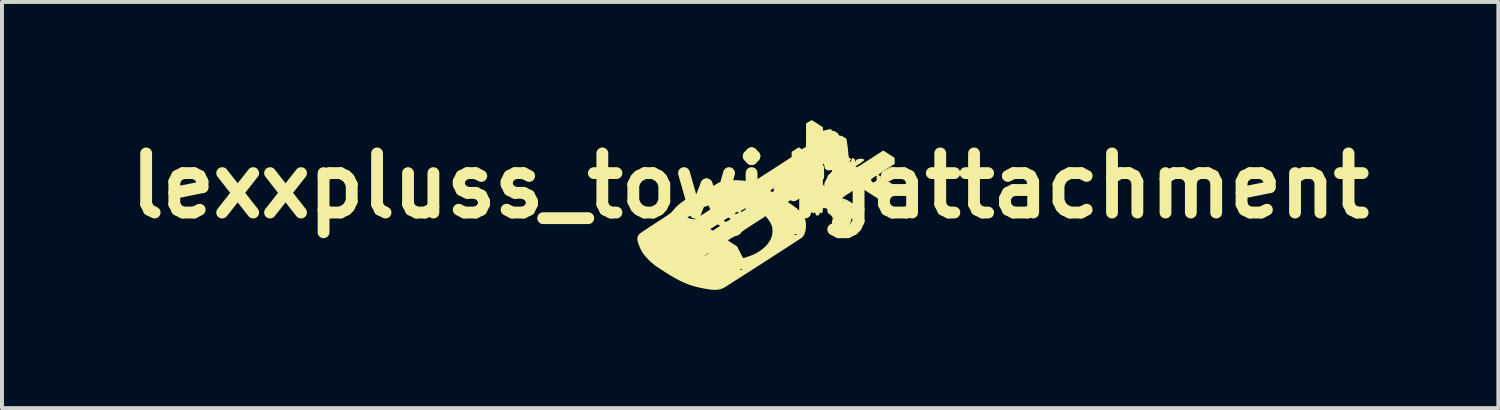
<source format=kicad_pcb>
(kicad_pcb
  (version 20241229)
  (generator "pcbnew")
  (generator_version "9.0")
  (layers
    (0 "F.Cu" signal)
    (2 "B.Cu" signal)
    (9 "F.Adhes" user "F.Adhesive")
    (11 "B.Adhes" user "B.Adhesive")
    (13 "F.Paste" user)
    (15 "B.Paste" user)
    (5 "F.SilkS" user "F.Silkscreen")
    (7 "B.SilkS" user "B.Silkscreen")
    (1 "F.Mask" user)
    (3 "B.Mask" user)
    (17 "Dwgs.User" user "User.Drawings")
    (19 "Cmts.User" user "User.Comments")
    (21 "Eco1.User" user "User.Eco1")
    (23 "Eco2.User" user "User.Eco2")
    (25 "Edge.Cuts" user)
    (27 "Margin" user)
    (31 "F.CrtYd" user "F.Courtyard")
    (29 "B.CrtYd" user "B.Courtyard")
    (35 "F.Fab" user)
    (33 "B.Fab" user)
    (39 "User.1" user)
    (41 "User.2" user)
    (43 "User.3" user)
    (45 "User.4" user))
  (footprint "lexxpluss_towingattachment"
    (layer "F.Cu")
    (at 15.979 1.663)
    (property "Reference" "lexxpluss_towingattachment" (at 0 0 0) (layer "F.SilkS") (effects (font (size 1.5 1.5) (thickness 0.3))))
    (attr board_only exclude_from_pos_files exclude_from_bom)
    (fp_poly (pts (xy 1.567 -1.663) (xy 1.579 -1.656) (xy 1.606 -1.639) (xy 1.643 -1.616) (xy 1.688 -1.587) (xy 1.714 -1.571) (xy 1.849 -1.483) (xy 1.846 -1.439) (xy 1.844 -1.42) (xy 1.844 -1.407) (xy 1.85 -1.401) (xy 1.865 -1.401) (xy 1.892 -1.406) (xy 1.935 -1.417) (xy 1.96 -1.423) (xy 2.008 -1.434) (xy 2.039 -1.437) (xy 2.056 -1.433) (xy 2.062 -1.422) (xy 2.063 -1.417) (xy 2.067 -1.402) (xy 2.084 -1.397) (xy 2.097 -1.396) (xy 2.128 -1.389) (xy 2.165 -1.372) (xy 2.2 -1.349) (xy 2.229 -1.323) (xy 2.244 -1.299) (xy 2.244 -1.298) (xy 2.252 -1.279) (xy 2.269 -1.272) (xy 2.288 -1.271) (xy 2.322 -1.264) (xy 2.365 -1.243) (xy 2.384 -1.231) (xy 2.443 -1.19) (xy 2.463 -1.056) (xy 2.471 -0.999) (xy 2.478 -0.942) (xy 2.483 -0.893) (xy 2.486 -0.86) (xy 2.491 -0.795) (xy 2.498 -0.75) (xy 2.507 -0.72) (xy 2.518 -0.704) (xy 2.528 -0.7) (xy 2.551 -0.69) (xy 2.558 -0.671) (xy 2.548 -0.652) (xy 2.543 -0.647) (xy 2.527 -0.632) (xy 2.521 -0.615) (xy 2.527 -0.605) (xy 2.531 -0.604) (xy 2.546 -0.613) (xy 2.561 -0.634) (xy 2.571 -0.659) (xy 2.573 -0.674) (xy 2.578 -0.697) (xy 2.595 -0.704) (xy 2.623 -0.694) (xy 2.625 -0.693) (xy 2.644 -0.681) (xy 2.656 -0.664) (xy 2.665 -0.636) (xy 2.671 -0.604) (xy 2.673 -0.59) (xy 2.675 -0.596) (xy 2.676 -0.612) (xy 2.682 -0.64) (xy 2.701 -0.66) (xy 2.711 -0.667) (xy 2.742 -0.679) (xy 2.78 -0.686) (xy 2.82 -0.687) (xy 2.855 -0.682) (xy 2.882 -0.672) (xy 2.896 -0.658) (xy 2.896 -0.654) (xy 2.888 -0.644) (xy 2.865 -0.625) (xy 2.831 -0.599) (xy 2.79 -0.571) (xy 2.779 -0.564) (xy 2.732 -0.532) (xy 2.701 -0.51) (xy 2.683 -0.496) (xy 2.676 -0.486) (xy 2.679 -0.48) (xy 2.685 -0.476) (xy 2.691 -0.474) (xy 2.697 -0.473) (xy 2.706 -0.474) (xy 2.718 -0.478) (xy 2.735 -0.487) (xy 2.758 -0.5) (xy 2.79 -0.519) (xy 2.831 -0.544) (xy 2.883 -0.577) (xy 2.948 -0.619) (xy 3.026 -0.669) (xy 3.121 -0.73) (xy 3.154 -0.752) (xy 3.376 -0.895) (xy 3.519 -0.803) (xy 3.662 -0.711) (xy 3.665 -0.634) (xy 3.668 -0.557) (xy 3.459 -0.423) (xy 3.401 -0.385) (xy 3.349 -0.35) (xy 3.306 -0.321) (xy 3.274 -0.298) (xy 3.256 -0.283) (xy 3.253 -0.279) (xy 3.262 -0.271) (xy 3.287 -0.253) (xy 3.323 -0.228) (xy 3.37 -0.197) (xy 3.423 -0.162) (xy 3.438 -0.152) (xy 3.62 -0.035) (xy 3.624 0.031) (xy 3.622 0.081) (xy 3.611 0.118) (xy 3.588 0.146) (xy 3.563 0.163) (xy 3.539 0.184) (xy 3.532 0.204) (xy 3.523 0.226) (xy 3.508 0.233) (xy 3.485 0.239) (xy 3.508 0.256) (xy 3.528 0.28) (xy 3.531 0.31) (xy 3.517 0.338) (xy 3.505 0.349) (xy 3.481 0.36) (xy 3.466 0.356) (xy 3.466 0.355) (xy 3.447 0.343) (xy 3.433 0.348) (xy 3.431 0.366) (xy 3.432 0.368) (xy 3.431 0.39) (xy 3.414 0.405) (xy 3.413 0.406) (xy 3.406 0.409) (xy 3.396 0.409) (xy 3.383 0.405) (xy 3.365 0.397) (xy 3.339 0.383) (xy 3.304 0.362) (xy 3.258 0.334) (xy 3.199 0.297) (xy 3.125 0.25) (xy 3.078 0.22) (xy 2.768 0.021) (xy 2.741 0.038) (xy 2.724 0.05) (xy 2.692 0.07) (xy 2.65 0.097) (xy 2.6 0.129) (xy 2.553 0.16) (xy 2.481 0.206) (xy 2.425 0.242) (xy 2.385 0.269) (xy 2.358 0.289) (xy 2.343 0.304) (xy 2.34 0.314) (xy 2.347 0.321) (xy 2.362 0.327) (xy 2.385 0.332) (xy 2.397 0.335) (xy 2.425 0.345) (xy 2.465 0.365) (xy 2.513 0.393) (xy 2.56 0.422) (xy 2.678 0.5) (xy 2.678 0.548) (xy 2.672 0.592) (xy 2.655 0.633) (xy 2.647 0.645) (xy 2.625 0.686) (xy 2.602 0.74) (xy 2.581 0.799) (xy 2.565 0.856) (xy 2.558 0.89) (xy 2.541 0.946) (xy 2.513 1.003) (xy 2.475 1.056) (xy 2.432 1.102) (xy 2.385 1.138) (xy 2.34 1.161) (xy 2.306 1.167) (xy 2.277 1.16) (xy 2.238 1.144) (xy 2.196 1.119) (xy 2.155 1.091) (xy 2.121 1.063) (xy 2.116 1.057) (xy 2.092 1.03) (xy 2.079 1.008) (xy 2.074 0.982) (xy 2.074 0.951) (xy 2.076 0.911) (xy 2.083 0.875) (xy 2.088 0.86) (xy 2.096 0.836) (xy 2.093 0.815) (xy 2.083 0.79) (xy 2.06 0.759) (xy 2.031 0.732) (xy 2.026 0.729) (xy 1.991 0.705) (xy 1.97 0.684) (xy 1.961 0.66) (xy 1.959 0.63) (xy 1.956 0.598) (xy 1.945 0.579) (xy 1.922 0.57) (xy 1.889 0.567) (xy 1.845 0.566) (xy 1.842 0.623) (xy 1.838 0.661) (xy 1.829 0.683) (xy 1.819 0.692) (xy 1.802 0.698) (xy 1.795 0.69) (xy 1.784 0.677) (xy 1.77 0.68) (xy 1.761 0.697) (xy 1.761 0.703) (xy 1.751 0.731) (xy 1.734 0.746) (xy 1.704 0.756) (xy 1.678 0.749) (xy 1.66 0.727) (xy 1.657 0.707) (xy 1.652 0.683) (xy 1.641 0.677) (xy 1.627 0.683) (xy 1.625 0.688) (xy 1.621 0.696) (xy 1.606 0.696) (xy 1.577 0.685) (xy 1.557 0.676) (xy 1.529 0.661) (xy 1.515 0.646) (xy 1.511 0.627) (xy 1.511 0.624) (xy 1.506 0.6) (xy 1.495 0.594) (xy 1.481 0.599) (xy 1.479 0.604) (xy 1.475 0.613) (xy 1.46 0.611) (xy 1.431 0.597) (xy 1.412 0.586) (xy 1.383 0.566) (xy 1.368 0.548) (xy 1.365 0.529) (xy 1.363 0.523) (xy 2.548 0.523) (xy 2.548 0.528) (xy 2.553 0.531) (xy 2.573 0.541) (xy 2.586 0.535) (xy 2.589 0.531) (xy 2.585 0.524) (xy 2.566 0.521) (xy 2.548 0.523) (xy 1.363 0.523) (xy 1.359 0.508) (xy 1.347 0.499) (xy 1.335 0.505) (xy 1.331 0.513) (xy 1.324 0.52) (xy 1.307 0.515) (xy 1.299 0.511) (xy 1.286 0.503) (xy 1.278 0.494) (xy 1.273 0.477) (xy 1.271 0.45) (xy 1.271 0.407) (xy 1.271 0.403) (xy 2.361 0.403) (xy 2.375 0.405) (xy 2.39 0.403) (xy 2.388 0.399) (xy 2.367 0.398) (xy 2.362 0.399) (xy 2.361 0.403) (xy 1.271 0.403) (xy 1.271 0.399) (xy 1.271 0.302) (xy 1.224 0.338) (xy 1.171 0.373) (xy 1.125 0.389) (xy 1.082 0.389) (xy 1.058 0.381) (xy 1.032 0.372) (xy 1.014 0.371) (xy 0.996 0.381) (xy 0.989 0.386) (xy 0.969 0.402) (xy 0.959 0.412) (xy 0.958 0.412) (xy 0.967 0.42) (xy 0.989 0.435) (xy 1.022 0.458) (xy 1.063 0.485) (xy 1.065 0.486) (xy 1.171 0.562) (xy 1.257 0.642) (xy 1.325 0.726) (xy 1.365 0.795) (xy 1.387 0.84) (xy 1.4 0.876) (xy 1.408 0.909) (xy 1.412 0.95) (xy 1.414 0.981) (xy 1.413 1.07) (xy 1.401 1.151) (xy 1.378 1.221) (xy 1.347 1.278) (xy 1.31 1.316) (xy 1.296 1.326) (xy 1.265 1.346) (xy 1.22 1.376) (xy 1.162 1.414) (xy 1.092 1.46) (xy 1.011 1.512) (xy 0.921 1.57) (xy 0.823 1.633) (xy 0.719 1.7) (xy 0.61 1.77) (xy 0.498 1.843) (xy 0.383 1.917) (xy 0.268 1.991) (xy 0.153 2.065) (xy 0.04 2.137) (xy -0.07 2.208) (xy -0.175 2.275) (xy -0.273 2.338) (xy -0.365 2.396) (xy -0.447 2.449) (xy -0.519 2.495) (xy -0.579 2.533) (xy -0.626 2.563) (xy -0.659 2.583) (xy -0.676 2.593) (xy -0.677 2.594) (xy -0.754 2.623) (xy -0.845 2.638) (xy -0.947 2.639) (xy -0.995 2.634) (xy -1.079 2.622) (xy -1.176 2.605) (xy -1.277 2.584) (xy -1.376 2.56) (xy -1.465 2.536) (xy -1.513 2.521) (xy -1.63 2.477) (xy -1.753 2.422) (xy -1.883 2.355) (xy -2.024 2.274) (xy -2.161 2.188) (xy -2.246 2.133) (xy -2.257 2.125) (xy -0.255 2.125) (xy -0.251 2.133) (xy -0.231 2.136) (xy -0.23 2.136) (xy -0.208 2.133) (xy -0.198 2.126) (xy -0.198 2.125) (xy -0.207 2.117) (xy -0.223 2.115) (xy -0.245 2.119) (xy -0.255 2.125) (xy -2.257 2.125) (xy -2.316 2.087) (xy -2.373 2.048) (xy -2.42 2.015) (xy -2.46 1.984) (xy -2.495 1.955) (xy -2.528 1.925) (xy -2.561 1.893) (xy -2.595 1.858) (xy -2.65 1.799) (xy -2.666 1.779) (xy -1.166 1.779) (xy -1.16 1.777) (xy -1.141 1.767) (xy -1.108 1.746) (xy -1.086 1.732) (xy -1.058 1.713) (xy -1.038 1.699) (xy -1.031 1.692) (xy -1.039 1.695) (xy -1.059 1.706) (xy -1.086 1.722) (xy -1.115 1.74) (xy -1.141 1.758) (xy -1.158 1.771) (xy -1.162 1.774) (xy -1.166 1.779) (xy -2.666 1.779) (xy -2.693 1.747) (xy -2.728 1.698) (xy -2.759 1.646) (xy -2.789 1.584) (xy -2.798 1.564) (xy -2.832 1.48) (xy -2.854 1.41) (xy -2.857 1.386) (xy -0.562 1.386) (xy -0.554 1.393) (xy -0.531 1.409) (xy -0.497 1.431) (xy -0.456 1.458) (xy -0.446 1.464) (xy -0.331 1.537) (xy -0.257 1.685) (xy -0.231 1.736) (xy -0.208 1.779) (xy -0.19 1.811) (xy -0.178 1.83) (xy -0.175 1.834) (xy -0.162 1.831) (xy -0.134 1.823) (xy -0.096 1.811) (xy -0.065 1.801) (xy 0.065 1.752) (xy 0.184 1.692) (xy 0.289 1.623) (xy 0.38 1.545) (xy 0.455 1.461) (xy 0.513 1.371) (xy 0.549 1.281) (xy 0.557 1.241) (xy 1.125 1.241) (xy 1.134 1.248) (xy 1.153 1.25) (xy 1.172 1.247) (xy 1.182 1.241) (xy 1.179 1.23) (xy 1.172 1.226) (xy 1.151 1.224) (xy 1.132 1.23) (xy 1.125 1.241) (xy 0.557 1.241) (xy 0.562 1.22) (xy 0.566 1.15) (xy 0.562 1.08) (xy 0.55 1.019) (xy 0.548 1.014) (xy 0.527 0.965) (xy 0.496 0.909) (xy 0.458 0.852) (xy 0.421 0.805) (xy 0.391 0.771) (xy 0.081 0.97) (xy -0.011 1.029) (xy -0.085 1.078) (xy -0.143 1.117) (xy -0.186 1.148) (xy -0.214 1.169) (xy -0.227 1.183) (xy -0.229 1.188) (xy -0.238 1.204) (xy -0.26 1.225) (xy -0.291 1.245) (xy -0.323 1.262) (xy -0.352 1.27) (xy -0.359 1.271) (xy -0.377 1.276) (xy -0.406 1.289) (xy -0.442 1.307) (xy -0.48 1.328) (xy -0.515 1.349) (xy -0.543 1.368) (xy -0.56 1.382) (xy -0.562 1.386) (xy -2.857 1.386) (xy -2.862 1.351) (xy -2.857 1.302) (xy -2.84 1.259) (xy -2.809 1.221) (xy -2.805 1.218) (xy -2.788 1.204) (xy -2.756 1.181) (xy -2.71 1.149) (xy -2.652 1.11) (xy -2.636 1.1) (xy -1.005 1.1) (xy -1.003 1.107) (xy -0.993 1.114) (xy -0.984 1.118) (xy -0.962 1.13) (xy -0.949 1.135) (xy -0.948 1.135) (xy -0.938 1.129) (xy -0.914 1.115) (xy -0.881 1.094) (xy -0.852 1.075) (xy -0.761 1.015) (xy -0.792 0.996) (xy -0.824 0.978) (xy -0.899 1.025) (xy -0.947 1.055) (xy -0.979 1.076) (xy -0.998 1.09) (xy -1.005 1.1) (xy -2.636 1.1) (xy -2.585 1.066) (xy -2.511 1.017) (xy -2.431 0.966) (xy -2.389 0.938) (xy -2.295 0.878) (xy -0.671 0.878) (xy -0.647 0.897) (xy -0.628 0.911) (xy -0.617 0.917) (xy -0.605 0.912) (xy -0.581 0.899) (xy -0.555 0.883) (xy -0.526 0.865) (xy -0.506 0.85) (xy -0.5 0.843) (xy -0.508 0.833) (xy -0.526 0.819) (xy -0.541 0.81) (xy -0.554 0.809) (xy -0.572 0.815) (xy -0.599 0.832) (xy -0.612 0.84) (xy -0.671 0.878) (xy -2.295 0.878) (xy -2.293 0.877) (xy -2.214 0.826) (xy -2.194 0.812) (xy -1.584 0.812) (xy -1.574 0.817) (xy -1.55 0.824) (xy -1.517 0.832) (xy -1.481 0.84) (xy -1.446 0.847) (xy -1.421 0.85) (xy -1.411 0.851) (xy -1.399 0.845) (xy -1.373 0.829) (xy -1.333 0.805) (xy -1.282 0.773) (xy -1.222 0.735) (xy -1.179 0.708) (xy -0.386 0.708) (xy -0.384 0.71) (xy -0.367 0.717) (xy -0.349 0.715) (xy -0.324 0.702) (xy -0.322 0.701) (xy -0.298 0.684) (xy -0.293 0.673) (xy -0.306 0.663) (xy -0.309 0.663) (xy -0.326 0.663) (xy -0.348 0.671) (xy -0.37 0.683) (xy -0.384 0.697) (xy -0.386 0.708) (xy -1.179 0.708) (xy -1.155 0.693) (xy -1.106 0.662) (xy -1.085 0.647) (xy -0.235 0.647) (xy -0.232 0.662) (xy -0.224 0.667) (xy -0.214 0.662) (xy -0.19 0.648) (xy -0.157 0.627) (xy -0.133 0.612) (xy -0.094 0.587) (xy -0.071 0.57) (xy -0.063 0.56) (xy -0.067 0.555) (xy -0.07 0.554) (xy -0.094 0.559) (xy -0.134 0.577) (xy -0.188 0.608) (xy -0.228 0.634) (xy -0.235 0.647) (xy -1.085 0.647) (xy -1.036 0.616) (xy -0.972 0.574) (xy -0.915 0.537) (xy -0.868 0.505) (xy -0.834 0.48) (xy -0.813 0.465) (xy -0.808 0.46) (xy -0.811 0.452) (xy -0.831 0.451) (xy -0.868 0.455) (xy -0.923 0.466) (xy -0.996 0.483) (xy -1.004 0.485) (xy -1.139 0.526) (xy -1.266 0.579) (xy -1.382 0.642) (xy -1.483 0.714) (xy -1.522 0.747) (xy -1.55 0.775) (xy -1.572 0.797) (xy -1.583 0.81) (xy -1.584 0.812) (xy -2.194 0.812) (xy -2.15 0.783) (xy -2.098 0.748) (xy -2.057 0.719) (xy -2.026 0.696) (xy -2.003 0.677) (xy -1.987 0.662) (xy -1.975 0.648) (xy -1.975 0.648) (xy -1.89 0.548) (xy -1.787 0.455) (xy -1.668 0.369) (xy -1.535 0.293) (xy -1.391 0.226) (xy -1.302 0.193) (xy -1.257 0.177) (xy -1.219 0.162) (xy -1.193 0.151) (xy -1.183 0.145) (xy -1.164 0.136) (xy -1.157 0.135) (xy -1.143 0.13) (xy -1.138 0.127) (xy 0.516 0.127) (xy 0.528 0.142) (xy 0.547 0.153) (xy 0.561 0.156) (xy 0.575 0.151) (xy 0.602 0.136) (xy 0.64 0.113) (xy 0.686 0.085) (xy 0.717 0.066) (xy 0.763 0.035) (xy 0.802 0.008) (xy 0.83 -0.013) (xy 0.845 -0.025) (xy 0.846 -0.029) (xy 0.83 -0.026) (xy 0.809 -0.016) (xy 0.79 -0.005) (xy 0.778 -0.008) (xy 0.769 -0.02) (xy 0.762 -0.027) (xy 0.754 -0.03) (xy 0.741 -0.027) (xy 0.72 -0.017) (xy 0.688 0.003) (xy 0.642 0.032) (xy 0.64 0.033) (xy 0.597 0.061) (xy 0.559 0.086) (xy 0.531 0.105) (xy 0.517 0.115) (xy 0.516 0.116) (xy 0.516 0.127) (xy -1.138 0.127) (xy -1.115 0.115) (xy -1.076 0.092) (xy -1.029 0.063) (xy -1.005 0.048) (xy -0.719 0.048) (xy -0.714 0.057) (xy -0.695 0.062) (xy -0.688 0.063) (xy -0.666 0.06) (xy -0.656 0.053) (xy -0.656 0.053) (xy -0.665 0.043) (xy -0.685 0.038) (xy -0.706 0.039) (xy -0.706 0.039) (xy -0.719 0.048) (xy -1.005 0.048) (xy -0.984 0.035) (xy -0.93 0.001) (xy -0.879 -0.031) (xy -0.834 -0.058) (xy -0.8 -0.077) (xy -0.784 -0.085) (xy -0.715 -0.109) (xy -0.63 -0.126) (xy -0.533 -0.138) (xy -0.426 -0.143) (xy -0.313 -0.142) (xy -0.199 -0.134) (xy -0.087 -0.12) (xy -0.022 -0.108) (xy 0.062 -0.091) (xy 0.072 -0.098) (xy 1.844 -0.098) (xy 1.845 -0.06) (xy 1.848 -0.036) (xy 1.858 -0.018) (xy 1.876 -0.001) (xy 1.883 0.006) (xy 1.9 0.021) (xy 1.912 0.03) (xy 1.924 0.032) (xy 1.94 0.028) (xy 1.963 0.014) (xy 1.997 -0.008) (xy 2.029 -0.029) (xy 2.084 -0.065) (xy 2.084 -0.146) (xy 2.084 -0.146) (xy 3.063 -0.146) (xy 3.071 -0.129) (xy 3.089 -0.108) (xy 3.111 -0.09) (xy 3.128 -0.084) (xy 3.141 -0.089) (xy 3.164 -0.102) (xy 3.172 -0.107) (xy 3.192 -0.121) (xy 3.203 -0.135) (xy 3.207 -0.151) (xy 3.292 -0.151) (xy 3.297 -0.146) (xy 3.303 -0.151) (xy 3.297 -0.156) (xy 3.292 -0.151) (xy 3.207 -0.151) (xy 3.208 -0.155) (xy 3.209 -0.188) (xy 3.209 -0.196) (xy 3.208 -0.233) (xy 3.204 -0.251) (xy 3.198 -0.255) (xy 3.196 -0.254) (xy 3.148 -0.224) (xy 3.108 -0.195) (xy 3.079 -0.17) (xy 3.064 -0.151) (xy 3.063 -0.146) (xy 2.084 -0.146) (xy 2.084 -0.187) (xy 2.087 -0.213) (xy 2.093 -0.229) (xy 2.104 -0.24) (xy 2.334 -0.24) (xy 2.337 -0.229) (xy 2.338 -0.229) (xy 2.347 -0.237) (xy 2.349 -0.24) (xy 2.349 -0.249) (xy 2.345 -0.25) (xy 2.334 -0.242) (xy 2.334 -0.24) (xy 2.104 -0.24) (xy 2.104 -0.24) (xy 2.111 -0.245) (xy 2.138 -0.262) (xy 2.116 -0.285) (xy 2.099 -0.312) (xy 2.088 -0.344) (xy 2.088 -0.344) (xy 2.082 -0.378) (xy 2.075 -0.396) (xy 2.064 -0.4) (xy 2.045 -0.397) (xy 2.038 -0.395) (xy 1.996 -0.39) (xy 1.955 -0.397) (xy 1.92 -0.413) (xy 1.902 -0.43) (xy 1.892 -0.454) (xy 1.883 -0.488) (xy 1.88 -0.508) (xy 1.872 -0.544) (xy 1.862 -0.561) (xy 1.858 -0.563) (xy 1.847 -0.555) (xy 1.845 -0.537) (xy 1.853 -0.518) (xy 1.86 -0.51) (xy 1.866 -0.502) (xy 1.87 -0.485) (xy 1.873 -0.457) (xy 1.875 -0.415) (xy 1.875 -0.356) (xy 1.875 -0.338) (xy 1.875 -0.276) (xy 1.874 -0.231) (xy 1.872 -0.202) (xy 1.868 -0.184) (xy 1.863 -0.175) (xy 1.86 -0.173) (xy 1.851 -0.164) (xy 1.846 -0.142) (xy 1.844 -0.103) (xy 1.844 -0.098) (xy 0.072 -0.098) (xy 0.44 -0.334) (xy 0.525 -0.389) (xy 0.609 -0.443) (xy 0.69 -0.495) (xy 0.764 -0.543) (xy 0.83 -0.585) (xy 0.884 -0.621) (xy 0.925 -0.647) (xy 0.935 -0.654) (xy 1.052 -0.731) (xy 1.052 -0.796) (xy 1.052 -0.86) (xy 1.143 -0.919) (xy 1.233 -0.977) (xy 1.272 -0.951) (xy 1.312 -0.925) (xy 1.343 -0.948) (xy 1.37 -0.963) (xy 1.394 -0.972) (xy 1.396 -0.972) (xy 1.402 -0.973) (xy 1.407 -0.977) (xy 1.41 -0.985) (xy 1.413 -1.001) (xy 1.415 -1.026) (xy 1.416 -1.063) (xy 1.417 -1.113) (xy 1.417 -1.18) (xy 1.417 -1.265) (xy 1.417 -1.277) (xy 1.417 -1.58) (xy 1.486 -1.624) (xy 1.52 -1.644) (xy 1.548 -1.658) (xy 1.565 -1.663)) (stroke (width 0) (type solid)) (fill yes) (layer "F.SilkS")))
  (gr_rect
    (start -3 -3)
    (end 34.957 7.302)
    (stroke (width 0.1) (type default))
    (fill no)
    (layer "Edge.Cuts")))
</source>
